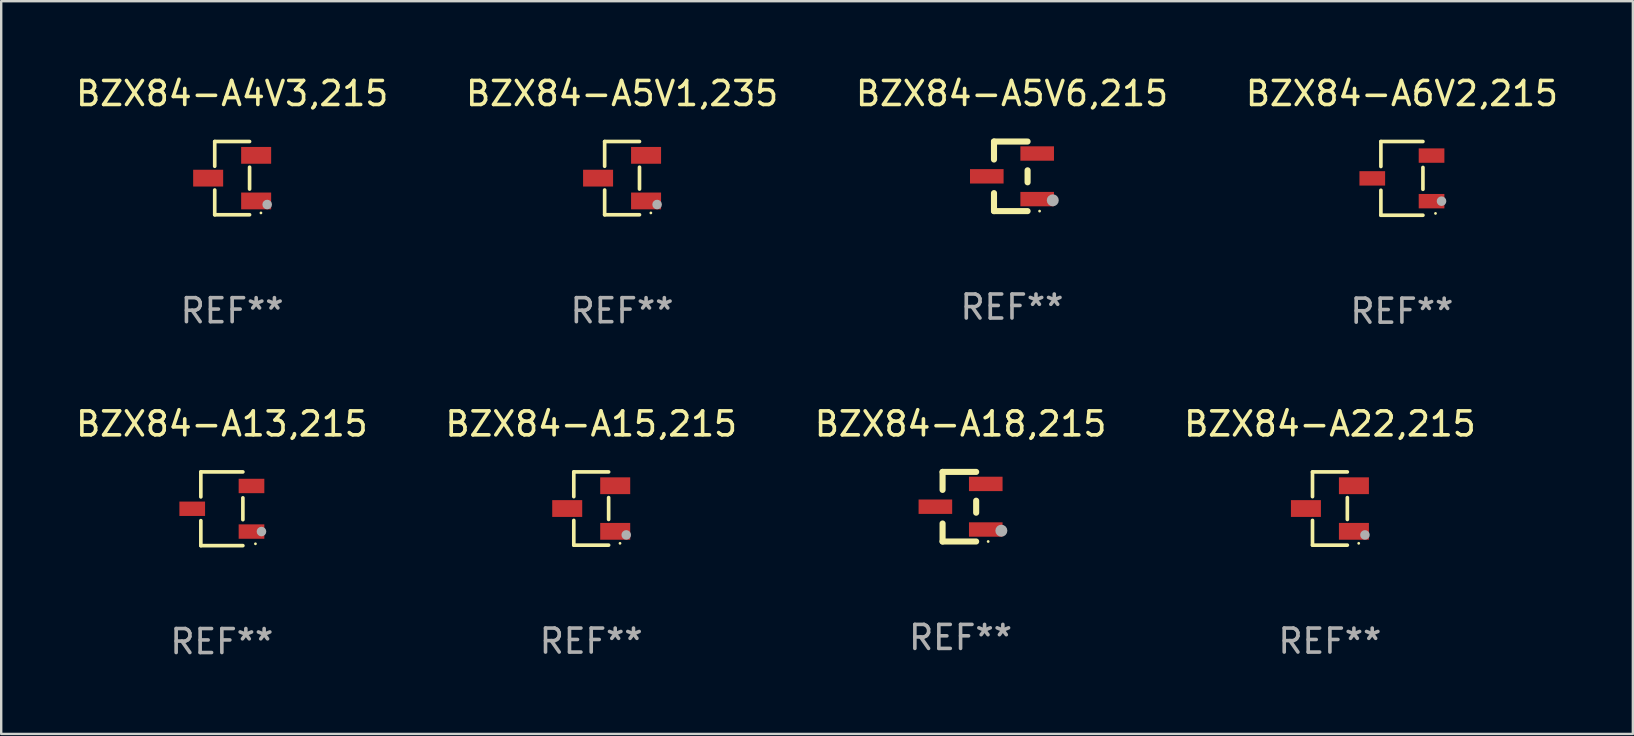
<source format=kicad_pcb>
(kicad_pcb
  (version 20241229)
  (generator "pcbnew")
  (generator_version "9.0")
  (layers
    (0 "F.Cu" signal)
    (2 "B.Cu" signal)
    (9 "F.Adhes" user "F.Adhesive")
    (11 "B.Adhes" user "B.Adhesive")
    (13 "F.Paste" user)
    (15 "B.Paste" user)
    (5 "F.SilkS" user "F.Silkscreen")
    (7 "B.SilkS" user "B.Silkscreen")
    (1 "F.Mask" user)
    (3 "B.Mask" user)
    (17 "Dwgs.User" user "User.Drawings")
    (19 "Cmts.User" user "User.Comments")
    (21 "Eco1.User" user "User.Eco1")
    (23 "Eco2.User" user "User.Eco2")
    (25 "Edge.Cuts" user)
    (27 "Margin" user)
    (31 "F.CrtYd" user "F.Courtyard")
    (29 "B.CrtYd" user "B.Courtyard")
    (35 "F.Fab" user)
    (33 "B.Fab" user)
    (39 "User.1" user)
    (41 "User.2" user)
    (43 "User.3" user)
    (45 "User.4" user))
  (footprint "BZX84-A5V1,235"
    (layer "F.Cu")
    (at 22.875 4.374)
    (property "Reference" "BZX84-A5V1,235" (at 0 -3.526 0) (layer "F.SilkS") (effects (font (size 1 1) (thickness 0.15))))
    (attr through_hole)
    (fp_line (start -0.726 -1.526) (end -0.726 -0.495) (stroke (width 0.152) (type solid)) (layer "F.SilkS"))
    (fp_line (start -0.726 1.526) (end -0.726 0.495) (stroke (width 0.152) (type solid)) (layer "F.SilkS"))
    (fp_line (start 0.726 -1.526) (end -0.726 -1.526) (stroke (width 0.152) (type solid)) (layer "F.SilkS"))
    (fp_line (start 0.726 -0.455) (end 0.726 0.455) (stroke (width 0.152) (type solid)) (layer "F.SilkS"))
    (fp_line (start 0.726 1.526) (end -0.726 1.526) (stroke (width 0.152) (type solid)) (layer "F.SilkS"))
    (fp_circle (center 1.2 1.45) (end 1.23 1.45) (stroke (width 0.06) (type solid)) (fill no) (layer "F.SilkS"))
    (fp_circle (center 1.46 1.1) (end 1.56 1.1) (stroke (width 0.2) (type solid)) (fill no) (layer "F.Fab"))
    (fp_text user "REF**" (at 0 5.526 0) (layer "F.Fab") (effects (font (size 1 1) (thickness 0.15))))
    (pad "1" smd rect (at 1 0.95) (size 1.25 0.7) (layers "F.Cu" "F.Mask" "F.Paste"))
    (pad "2" smd rect (at 1 -0.95) (size 1.25 0.7) (layers "F.Cu" "F.Mask" "F.Paste"))
    (pad "3" smd rect (at -1 0) (size 1.25 0.7) (layers "F.Cu" "F.Mask" "F.Paste")))
  (footprint "BZX84-A13,215"
    (layer "F.Cu")
    (at 6.196 18.153)
    (property "Reference" "BZX84-A13,215" (at 0 -3.536 0) (layer "F.SilkS") (effects (font (size 1 1) (thickness 0.15))))
    (attr through_hole)
    (fp_line (start -0.876 -1.536) (end -0.876 -0.495) (stroke (width 0.152) (type solid)) (layer "F.SilkS"))
    (fp_line (start -0.876 1.536) (end -0.876 0.495) (stroke (width 0.152) (type solid)) (layer "F.SilkS"))
    (fp_line (start 0.876 -1.536) (end -0.876 -1.536) (stroke (width 0.152) (type solid)) (layer "F.SilkS"))
    (fp_line (start 0.876 -0.455) (end 0.876 0.455) (stroke (width 0.152) (type solid)) (layer "F.SilkS"))
    (fp_line (start 0.876 1.536) (end -0.876 1.536) (stroke (width 0.152) (type solid)) (layer "F.SilkS"))
    (fp_circle (center 1.4 1.46) (end 1.43 1.46) (stroke (width 0.06) (type solid)) (fill no) (layer "F.SilkS"))
    (fp_circle (center 1.651 0.95) (end 1.751 0.95) (stroke (width 0.2) (type solid)) (fill no) (layer "F.Fab"))
    (fp_text user "REF**" (at 0 5.536 0) (layer "F.Fab") (effects (font (size 1 1) (thickness 0.15))))
    (pad "1" smd rect (at 1.235 0.95) (size 1.07 0.6) (layers "F.Cu" "F.Mask" "F.Paste"))
    (pad "2" smd rect (at 1.235 -0.95) (size 1.07 0.6) (layers "F.Cu" "F.Mask" "F.Paste"))
    (pad "3" smd rect (at -1.235 0) (size 1.07 0.6) (layers "F.Cu" "F.Mask" "F.Paste")))
  (footprint "BZX84-A6V2,215"
    (layer "F.Cu")
    (at 55.375 4.384)
    (property "Reference" "BZX84-A6V2,215" (at 0 -3.536 0) (layer "F.SilkS") (effects (font (size 1 1) (thickness 0.15))))
    (attr through_hole)
    (fp_line (start -0.876 -1.536) (end -0.876 -0.495) (stroke (width 0.152) (type solid)) (layer "F.SilkS"))
    (fp_line (start -0.876 1.536) (end -0.876 0.495) (stroke (width 0.152) (type solid)) (layer "F.SilkS"))
    (fp_line (start 0.876 -1.536) (end -0.876 -1.536) (stroke (width 0.152) (type solid)) (layer "F.SilkS"))
    (fp_line (start 0.876 -0.455) (end 0.876 0.455) (stroke (width 0.152) (type solid)) (layer "F.SilkS"))
    (fp_line (start 0.876 1.536) (end -0.876 1.536) (stroke (width 0.152) (type solid)) (layer "F.SilkS"))
    (fp_circle (center 1.4 1.46) (end 1.43 1.46) (stroke (width 0.06) (type solid)) (fill no) (layer "F.SilkS"))
    (fp_circle (center 1.651 0.95) (end 1.751 0.95) (stroke (width 0.2) (type solid)) (fill no) (layer "F.Fab"))
    (fp_text user "REF**" (at 0 5.536 0) (layer "F.Fab") (effects (font (size 1 1) (thickness 0.15))))
    (pad "1" smd rect (at 1.235 0.95) (size 1.07 0.6) (layers "F.Cu" "F.Mask" "F.Paste"))
    (pad "2" smd rect (at 1.235 -0.95) (size 1.07 0.6) (layers "F.Cu" "F.Mask" "F.Paste"))
    (pad "3" smd rect (at -1.235 0) (size 1.07 0.6) (layers "F.Cu" "F.Mask" "F.Paste")))
  (footprint "BZX84-A22,215"
    (layer "F.Cu")
    (at 52.375 18.143)
    (property "Reference" "BZX84-A22,215" (at 0 -3.526 0) (layer "F.SilkS") (effects (font (size 1 1) (thickness 0.15))))
    (attr through_hole)
    (fp_line (start -0.726 -1.526) (end -0.726 -0.495) (stroke (width 0.152) (type solid)) (layer "F.SilkS"))
    (fp_line (start -0.726 1.526) (end -0.726 0.495) (stroke (width 0.152) (type solid)) (layer "F.SilkS"))
    (fp_line (start 0.726 -1.526) (end -0.726 -1.526) (stroke (width 0.152) (type solid)) (layer "F.SilkS"))
    (fp_line (start 0.726 -0.455) (end 0.726 0.455) (stroke (width 0.152) (type solid)) (layer "F.SilkS"))
    (fp_line (start 0.726 1.526) (end -0.726 1.526) (stroke (width 0.152) (type solid)) (layer "F.SilkS"))
    (fp_circle (center 1.2 1.45) (end 1.23 1.45) (stroke (width 0.06) (type solid)) (fill no) (layer "F.SilkS"))
    (fp_circle (center 1.46 1.1) (end 1.56 1.1) (stroke (width 0.2) (type solid)) (fill no) (layer "F.Fab"))
    (fp_text user "REF**" (at 0 5.526 0) (layer "F.Fab") (effects (font (size 1 1) (thickness 0.15))))
    (pad "1" smd rect (at 1 0.95) (size 1.25 0.7) (layers "F.Cu" "F.Mask" "F.Paste"))
    (pad "2" smd rect (at 1 -0.95) (size 1.25 0.7) (layers "F.Cu" "F.Mask" "F.Paste"))
    (pad "3" smd rect (at -1 0) (size 1.25 0.7) (layers "F.Cu" "F.Mask" "F.Paste")))
  (footprint "BZX84-A4V3,215"
    (layer "F.Cu")
    (at 6.625 4.374)
    (property "Reference" "BZX84-A4V3,215" (at 0 -3.526 0) (layer "F.SilkS") (effects (font (size 1 1) (thickness 0.15))))
    (attr through_hole)
    (fp_line (start -0.726 -1.526) (end -0.726 -0.495) (stroke (width 0.152) (type solid)) (layer "F.SilkS"))
    (fp_line (start -0.726 1.526) (end -0.726 0.495) (stroke (width 0.152) (type solid)) (layer "F.SilkS"))
    (fp_line (start 0.726 -1.526) (end -0.726 -1.526) (stroke (width 0.152) (type solid)) (layer "F.SilkS"))
    (fp_line (start 0.726 -0.455) (end 0.726 0.455) (stroke (width 0.152) (type solid)) (layer "F.SilkS"))
    (fp_line (start 0.726 1.526) (end -0.726 1.526) (stroke (width 0.152) (type solid)) (layer "F.SilkS"))
    (fp_circle (center 1.2 1.45) (end 1.23 1.45) (stroke (width 0.06) (type solid)) (fill no) (layer "F.SilkS"))
    (fp_circle (center 1.46 1.1) (end 1.56 1.1) (stroke (width 0.2) (type solid)) (fill no) (layer "F.Fab"))
    (fp_text user "REF**" (at 0 5.526 0) (layer "F.Fab") (effects (font (size 1 1) (thickness 0.15))))
    (pad "1" smd rect (at 1 0.95) (size 1.25 0.7) (layers "F.Cu" "F.Mask" "F.Paste"))
    (pad "2" smd rect (at 1 -0.95) (size 1.25 0.7) (layers "F.Cu" "F.Mask" "F.Paste"))
    (pad "3" smd rect (at -1 0) (size 1.25 0.7) (layers "F.Cu" "F.Mask" "F.Paste")))
  (footprint "BZX84-A5V6,215"
    (layer "F.Cu")
    (at 39.125 4.298)
    (property "Reference" "BZX84-A5V6,215" (at 0 -3.45 0) (layer "F.SilkS") (effects (font (size 1 1) (thickness 0.15))))
    (attr through_hole)
    (fp_line (start -0.75 -1.45) (end 0.65 -1.45) (stroke (width 0.254) (type solid)) (layer "F.SilkS"))
    (fp_line (start -0.75 -0.7) (end -0.75 -1.45) (stroke (width 0.254) (type solid)) (layer "F.SilkS"))
    (fp_line (start -0.75 1.45) (end -0.75 0.7) (stroke (width 0.254) (type solid)) (layer "F.SilkS"))
    (fp_line (start -0.75 1.45) (end 0.65 1.45) (stroke (width 0.254) (type solid)) (layer "F.SilkS"))
    (fp_line (start 0.65 0.25) (end 0.65 -0.25) (stroke (width 0.254) (type solid)) (layer "F.SilkS"))
    (fp_circle (center 1.15 1.45) (end 1.18 1.45) (stroke (width 0.06) (type solid)) (fill no) (layer "F.SilkS"))
    (fp_circle (center 1.7 1) (end 1.825 1) (stroke (width 0.25) (type solid)) (fill no) (layer "F.Fab"))
    (fp_text user "REF**" (at 0 5.45 0) (layer "F.Fab") (effects (font (size 1 1) (thickness 0.15))))
    (pad "1" smd rect (at 1.05 0.95) (size 1.4 0.6) (layers "F.Cu" "F.Mask" "F.Paste"))
    (pad "2" smd rect (at 1.05 -0.95) (size 1.4 0.6) (layers "F.Cu" "F.Mask" "F.Paste"))
    (pad "3" smd rect (at -1.05 0) (size 1.4 0.6) (layers "F.Cu" "F.Mask" "F.Paste")))
  (footprint "BZX84-A15,215"
    (layer "F.Cu")
    (at 21.589 18.143)
    (property "Reference" "BZX84-A15,215" (at 0 -3.526 0) (layer "F.SilkS") (effects (font (size 1 1) (thickness 0.15))))
    (attr through_hole)
    (fp_line (start -0.726 -1.526) (end -0.726 -0.495) (stroke (width 0.152) (type solid)) (layer "F.SilkS"))
    (fp_line (start -0.726 1.526) (end -0.726 0.495) (stroke (width 0.152) (type solid)) (layer "F.SilkS"))
    (fp_line (start 0.726 -1.526) (end -0.726 -1.526) (stroke (width 0.152) (type solid)) (layer "F.SilkS"))
    (fp_line (start 0.726 -0.455) (end 0.726 0.455) (stroke (width 0.152) (type solid)) (layer "F.SilkS"))
    (fp_line (start 0.726 1.526) (end -0.726 1.526) (stroke (width 0.152) (type solid)) (layer "F.SilkS"))
    (fp_circle (center 1.2 1.45) (end 1.23 1.45) (stroke (width 0.06) (type solid)) (fill no) (layer "F.SilkS"))
    (fp_circle (center 1.46 1.1) (end 1.56 1.1) (stroke (width 0.2) (type solid)) (fill no) (layer "F.Fab"))
    (fp_text user "REF**" (at 0 5.526 0) (layer "F.Fab") (effects (font (size 1 1) (thickness 0.15))))
    (pad "1" smd rect (at 1 0.95) (size 1.25 0.7) (layers "F.Cu" "F.Mask" "F.Paste"))
    (pad "2" smd rect (at 1 -0.95) (size 1.25 0.7) (layers "F.Cu" "F.Mask" "F.Paste"))
    (pad "3" smd rect (at -1 0) (size 1.25 0.7) (layers "F.Cu" "F.Mask" "F.Paste")))
  (footprint "BZX84-A18,215"
    (layer "F.Cu")
    (at 36.982 18.067)
    (property "Reference" "BZX84-A18,215" (at 0 -3.45 0) (layer "F.SilkS") (effects (font (size 1 1) (thickness 0.15))))
    (attr through_hole)
    (fp_line (start -0.75 -1.45) (end 0.65 -1.45) (stroke (width 0.254) (type solid)) (layer "F.SilkS"))
    (fp_line (start -0.75 -0.7) (end -0.75 -1.45) (stroke (width 0.254) (type solid)) (layer "F.SilkS"))
    (fp_line (start -0.75 1.45) (end -0.75 0.7) (stroke (width 0.254) (type solid)) (layer "F.SilkS"))
    (fp_line (start -0.75 1.45) (end 0.65 1.45) (stroke (width 0.254) (type solid)) (layer "F.SilkS"))
    (fp_line (start 0.65 0.25) (end 0.65 -0.25) (stroke (width 0.254) (type solid)) (layer "F.SilkS"))
    (fp_circle (center 1.15 1.45) (end 1.18 1.45) (stroke (width 0.06) (type solid)) (fill no) (layer "F.SilkS"))
    (fp_circle (center 1.7 1) (end 1.825 1) (stroke (width 0.25) (type solid)) (fill no) (layer "F.Fab"))
    (fp_text user "REF**" (at 0 5.45 0) (layer "F.Fab") (effects (font (size 1 1) (thickness 0.15))))
    (pad "1" smd rect (at 1.05 0.95) (size 1.4 0.6) (layers "F.Cu" "F.Mask" "F.Paste"))
    (pad "2" smd rect (at 1.05 -0.95) (size 1.4 0.6) (layers "F.Cu" "F.Mask" "F.Paste"))
    (pad "3" smd rect (at -1.05 0) (size 1.4 0.6) (layers "F.Cu" "F.Mask" "F.Paste")))
  (gr_rect
    (start -3 -3)
    (end 65 27.538)
    (stroke (width 0.1) (type default))
    (fill no)
    (layer "Edge.Cuts")))
</source>
